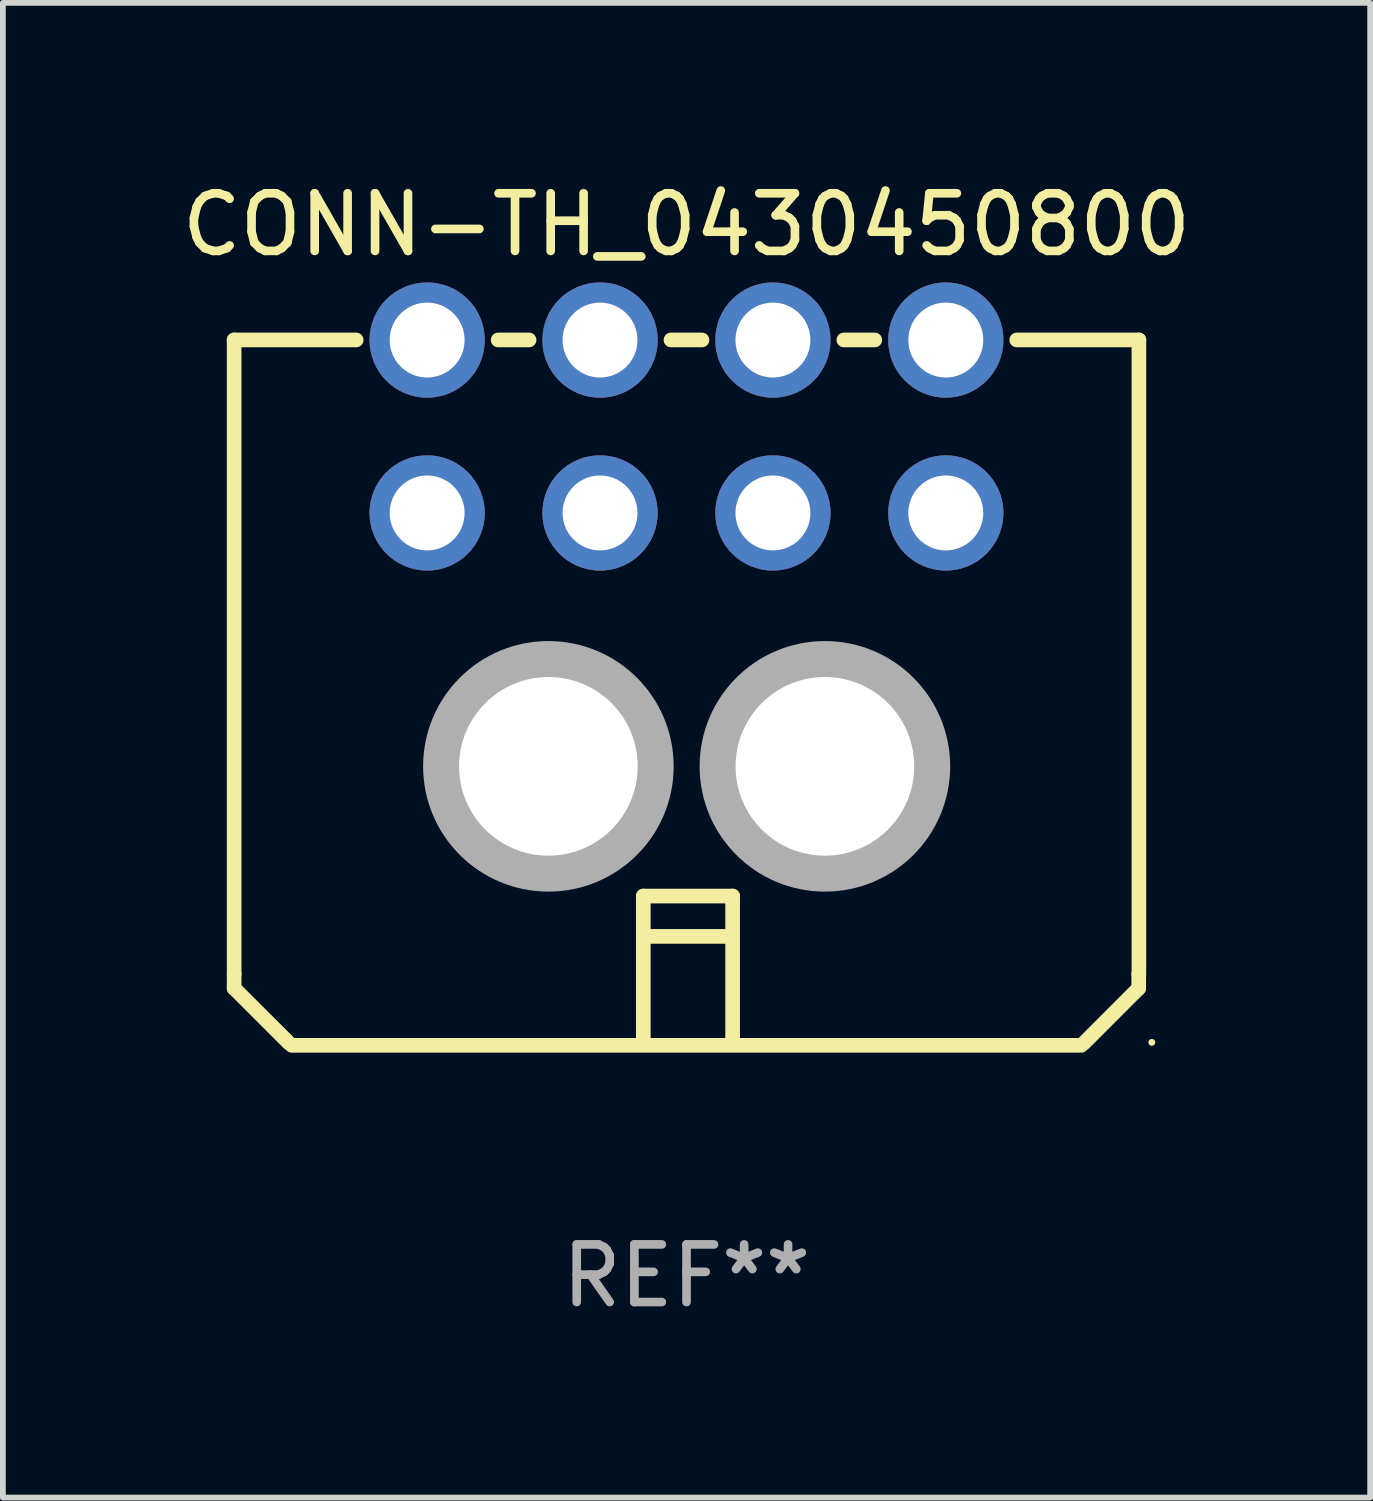
<source format=kicad_pcb>
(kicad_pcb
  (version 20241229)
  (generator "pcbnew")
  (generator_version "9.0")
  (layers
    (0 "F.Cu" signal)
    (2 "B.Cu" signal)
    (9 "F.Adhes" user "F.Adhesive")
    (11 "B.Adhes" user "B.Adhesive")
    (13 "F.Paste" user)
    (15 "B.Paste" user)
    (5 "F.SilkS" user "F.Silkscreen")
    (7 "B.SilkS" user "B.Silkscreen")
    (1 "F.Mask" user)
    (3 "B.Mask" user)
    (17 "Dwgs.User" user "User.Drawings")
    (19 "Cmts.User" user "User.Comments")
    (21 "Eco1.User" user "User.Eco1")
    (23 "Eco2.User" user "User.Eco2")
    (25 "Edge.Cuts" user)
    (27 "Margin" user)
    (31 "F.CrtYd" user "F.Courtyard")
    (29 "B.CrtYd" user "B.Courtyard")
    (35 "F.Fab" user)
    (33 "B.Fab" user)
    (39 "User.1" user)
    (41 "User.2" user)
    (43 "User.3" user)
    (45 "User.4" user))
  (footprint "CONN-TH_0430450800"
    (layer "F.Cu")
    (at 8.862 4.351)
    (property "Reference" "CONN-TH_0430450800" (at 0.001 -3.502 0) (layer "F.SilkS") (effects (font (size 1 1) (thickness 0.15))))
    (attr through_hole)
    (fp_line (start -7.849 -1.502) (end -5.731 -1.502) (stroke (width 0.254) (type solid)) (layer "F.SilkS"))
    (fp_line (start -7.849 9.498) (end -7.849 -1.502) (stroke (width 0.254) (type solid)) (layer "F.SilkS"))
    (fp_line (start -7.849 9.498) (end -7.849 9.748) (stroke (width 0.254) (type solid)) (layer "F.SilkS"))
    (fp_line (start -7.849 9.748) (end -6.899 10.697) (stroke (width 0.254) (type solid)) (layer "F.SilkS"))
    (fp_line (start -6.849 10.738) (end 6.851 10.738) (stroke (width 0.254) (type solid)) (layer "F.SilkS"))
    (fp_line (start -3.268 -1.502) (end -2.731 -1.502) (stroke (width 0.254) (type solid)) (layer "F.SilkS"))
    (fp_line (start -0.749 8.148) (end -0.749 10.697) (stroke (width 0.254) (type solid)) (layer "F.SilkS"))
    (fp_line (start -0.749 8.148) (end 0.801 8.148) (stroke (width 0.254) (type solid)) (layer "F.SilkS"))
    (fp_line (start -0.699 8.848) (end 0.751 8.848) (stroke (width 0.254) (type solid)) (layer "F.SilkS"))
    (fp_line (start -0.269 -1.502) (end 0.269 -1.502) (stroke (width 0.254) (type solid)) (layer "F.SilkS"))
    (fp_line (start 0.801 8.148) (end 0.801 10.697) (stroke (width 0.254) (type solid)) (layer "F.SilkS"))
    (fp_line (start 2.731 -1.502) (end 3.268 -1.502) (stroke (width 0.254) (type solid)) (layer "F.SilkS"))
    (fp_line (start 5.731 -1.502) (end 7.851 -1.502) (stroke (width 0.254) (type solid)) (layer "F.SilkS"))
    (fp_line (start 7.848 9.497) (end 7.848 9.747) (stroke (width 0.254) (type solid)) (layer "F.SilkS"))
    (fp_line (start 7.848 9.747) (end 6.899 10.697) (stroke (width 0.254) (type solid)) (layer "F.SilkS"))
    (fp_line (start 7.851 -1.502) (end 7.851 9.498) (stroke (width 0.254) (type solid)) (layer "F.SilkS"))
    (fp_circle (center 8.075 10.687) (end 8.105 10.687) (stroke (width 0.06) (type solid)) (fill no) (layer "F.SilkS"))
    (fp_circle (center -2.396 5.897) (end -1.672 5.897) (stroke (width 1.45) (type solid)) (fill no) (layer "F.Fab"))
    (fp_circle (center 2.402 5.897) (end 3.126 5.897) (stroke (width 1.45) (type solid)) (fill no) (layer "F.Fab"))
    (fp_text user "REF**" (at 0.001 14.738 0) (layer "F.Fab") (effects (font (size 1 1) (thickness 0.15))))
    (pad "" np_thru_hole circle (at -2.396 5.897) (size 3.1 3.1) (drill 3.1) (layers "*.Cu" "*.Mask"))
    (pad "" np_thru_hole circle (at 2.402 5.897) (size 3.1 3.1) (drill 3.1) (layers "*.Cu" "*.Mask"))
    (pad "1" thru_hole circle (at 4.5 1.5) (size 2 2) (drill 1.3) (layers "*.Cu" "*.Mask"))
    (pad "2" thru_hole circle (at 1.5 1.5) (size 2 2) (drill 1.3) (layers "*.Cu" "*.Mask"))
    (pad "3" thru_hole circle (at -1.5 1.5) (size 2 2) (drill 1.3) (layers "*.Cu" "*.Mask"))
    (pad "4" thru_hole circle (at -4.5 1.5) (size 2 2) (drill 1.3) (layers "*.Cu" "*.Mask"))
    (pad "5" thru_hole circle (at 4.5 -1.5) (size 2 2) (drill 1.3) (layers "*.Cu" "*.Mask"))
    (pad "6" thru_hole circle (at 1.5 -1.5) (size 2 2) (drill 1.3) (layers "*.Cu" "*.Mask"))
    (pad "7" thru_hole circle (at -1.5 -1.5) (size 2 2) (drill 1.3) (layers "*.Cu" "*.Mask"))
    (pad "8" thru_hole circle (at -4.5 -1.5) (size 2 2) (drill 1.3) (layers "*.Cu" "*.Mask")))
  (gr_rect
    (start -3 -3)
    (end 20.726 22.937)
    (stroke (width 0.1) (type default))
    (fill no)
    (layer "Edge.Cuts")))
</source>
